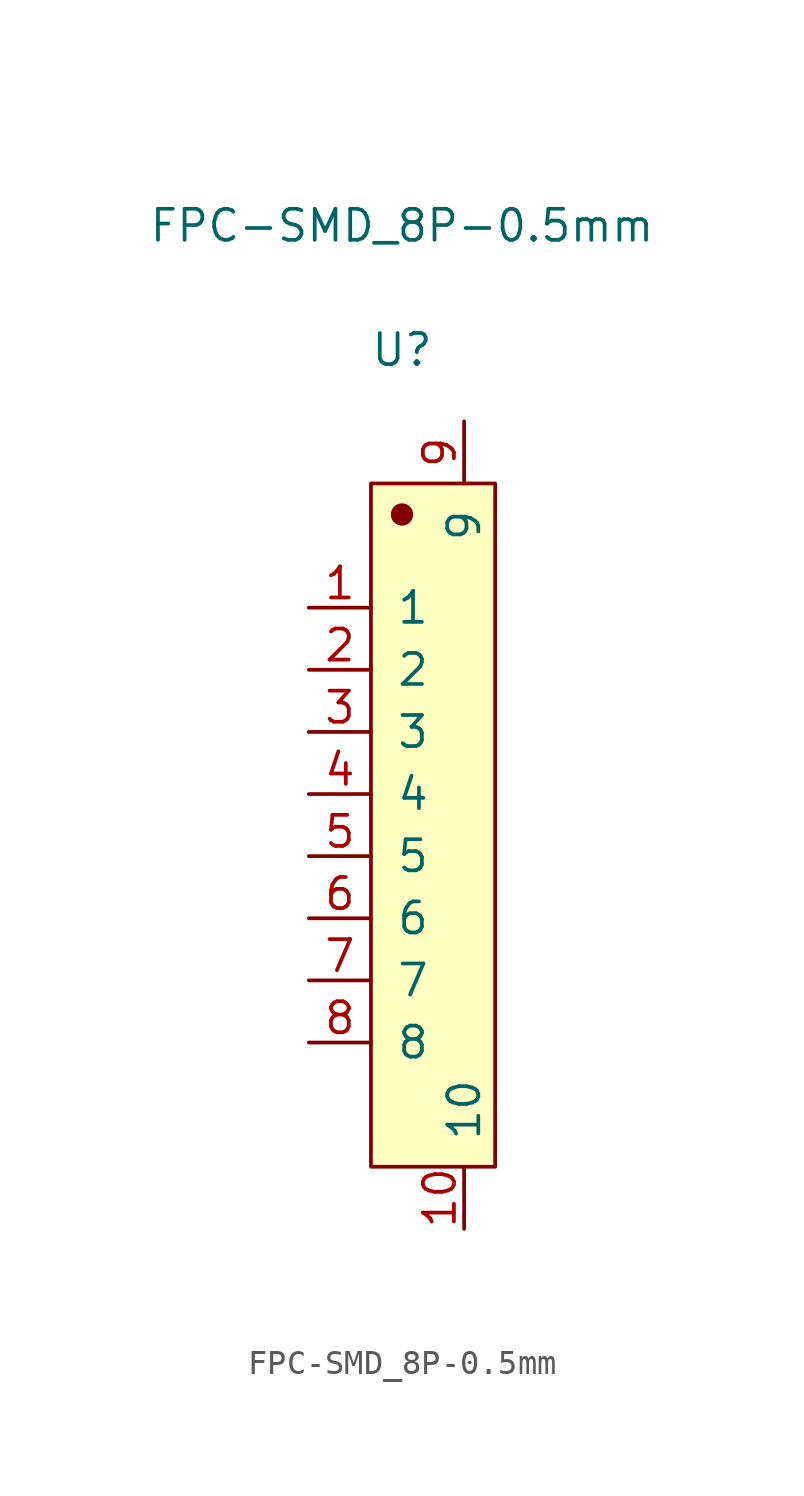
<source format=kicad_sym>
(kicad_symbol_lib
  (version 20231120)
  (generator "kicad_symbol_editor")
  (generator_version "8.0")
  (symbol "FPC-SMD_8P-0.5mm"
    (pin_names
      (offset 1.016))
    (property "Reference" "U"
      (at 0 19.431 0)
      (effects (font (size 1.27 1.27))))
    (property "Value" "FPC-SMD_8P-0.5mm"
      (at 0 24.511 0)
      (effects (font (size 1.27 1.27))))
    (symbol "FPC-SMD_8P-0.5mm_1_1"
      (rectangle (start -1.27 13.97) (end 3.81 -13.97) (stroke (width 0.152) (type default)) (fill (type background)))
      (circle (center 0 12.7) (radius 0.381) (stroke (width 0.152) (type default)) (fill (type outline)))
      (pin input line (at -3.81 8.89 0) (length 2.54) (name "1" (effects (font (size 1.27 1.27)))) (number "1" (effects (font (size 1.27 1.27)))))
      (pin input line (at 2.54 -16.51 90) (length 2.54) (name "10" (effects (font (size 1.27 1.27)))) (number "10" (effects (font (size 1.27 1.27)))))
      (pin input line (at -3.81 6.35 0) (length 2.54) (name "2" (effects (font (size 1.27 1.27)))) (number "2" (effects (font (size 1.27 1.27)))))
      (pin input line (at -3.81 3.81 0) (length 2.54) (name "3" (effects (font (size 1.27 1.27)))) (number "3" (effects (font (size 1.27 1.27)))))
      (pin input line (at -3.81 1.27 0) (length 2.54) (name "4" (effects (font (size 1.27 1.27)))) (number "4" (effects (font (size 1.27 1.27)))))
      (pin input line (at -3.81 -1.27 0) (length 2.54) (name "5" (effects (font (size 1.27 1.27)))) (number "5" (effects (font (size 1.27 1.27)))))
      (pin input line (at -3.81 -3.81 0) (length 2.54) (name "6" (effects (font (size 1.27 1.27)))) (number "6" (effects (font (size 1.27 1.27)))))
      (pin input line (at -3.81 -6.35 0) (length 2.54) (name "7" (effects (font (size 1.27 1.27)))) (number "7" (effects (font (size 1.27 1.27)))))
      (pin input line (at -3.81 -8.89 0) (length 2.54) (name "8" (effects (font (size 1.27 1.27)))) (number "8" (effects (font (size 1.27 1.27)))))
      (pin input line (at 2.54 16.51 270) (length 2.54) (name "9" (effects (font (size 1.27 1.27)))) (number "9" (effects (font (size 1.27 1.27))))))))
</source>
